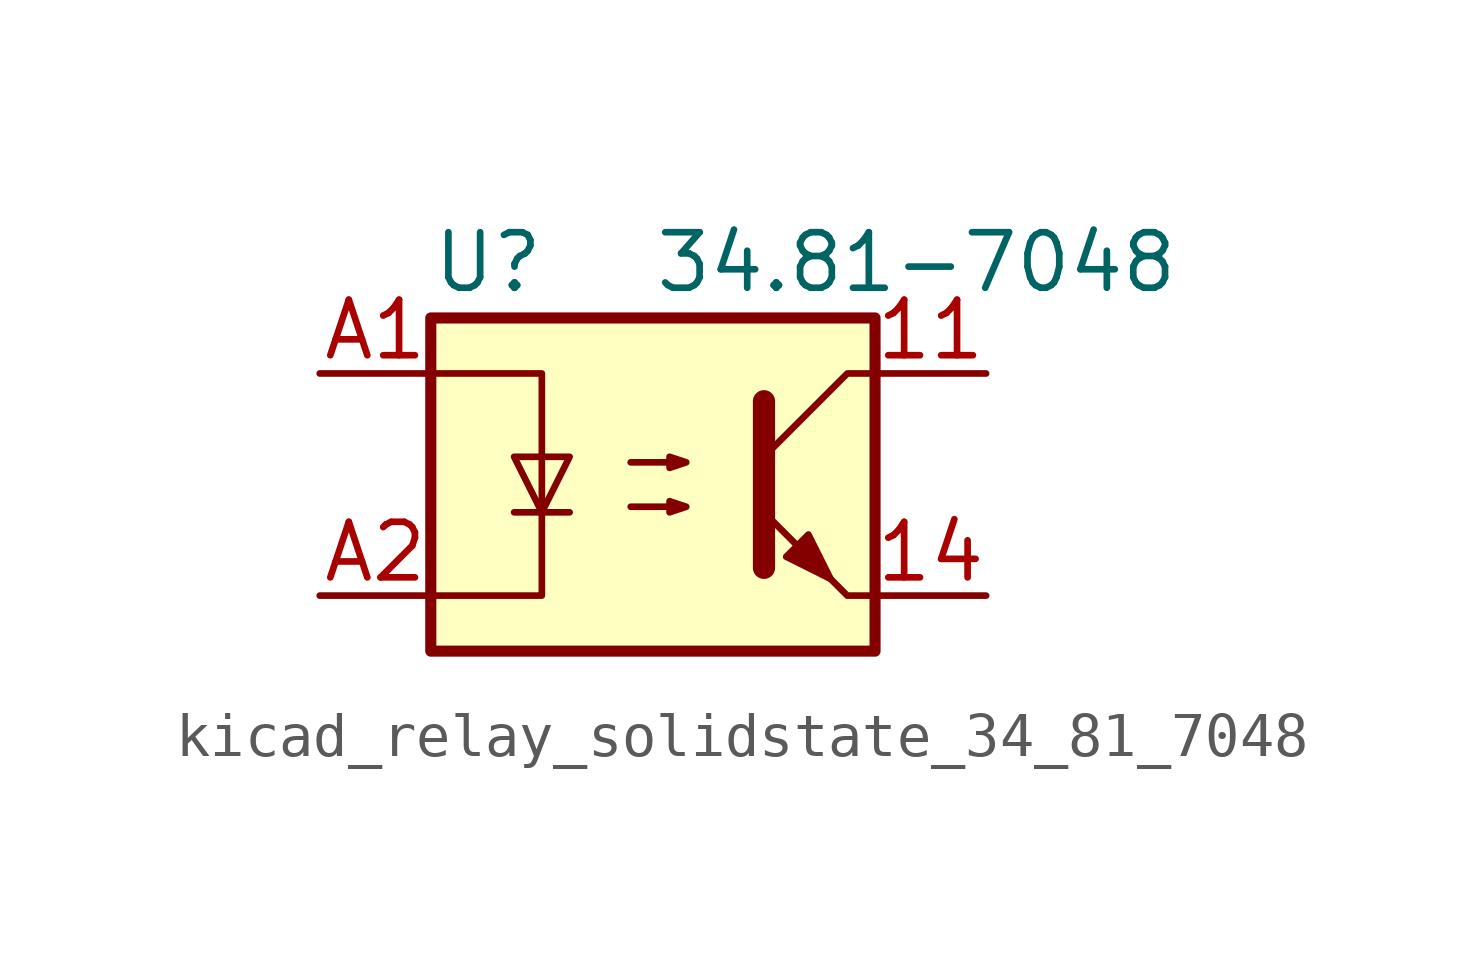
<source format=kicad_sym>
(kicad_symbol_lib
  (version 20220914)
  (generator kicad_symbol_editor)
  (symbol "kicad_relay_solidstate_34_81_7048"
    (property "Reference" "U"
      (at -5.08 5.08 0)
      (effects (font (size 1.27 1.27)) (justify left)))
    (property "Value" "34.81-7048"
      (at 0 5.08 0)
      (effects (font (size 1.27 1.27)) (justify left)))
    (symbol "kicad_relay_solidstate_34_81_7048_0_1"
      (rectangle (start -5.08 3.81) (end 5.08 -3.81) (stroke (width 0.254) (type default)) (fill (type background)))
      (polyline (pts (xy -3.175 -0.635) (xy -1.905 -0.635)) (stroke (width 0) (type default)) (fill (type none)))
      (polyline (pts (xy 2.54 1.905) (xy 2.54 -1.905) (xy 2.54 -1.905)) (stroke (width 0.508) (type default)) (fill (type none)))
      (polyline (pts (xy -5.08 2.54) (xy -2.54 2.54) (xy -2.54 -2.54) (xy -5.08 -2.54)) (stroke (width 0) (type default)) (fill (type none)))
      (polyline (pts (xy -2.54 -0.635) (xy -3.175 0.635) (xy -1.905 0.635) (xy -2.54 -0.635)) (stroke (width 0) (type default)) (fill (type none)))
      (polyline (pts (xy -0.508 -0.508) (xy 0.762 -0.508) (xy 0.381 -0.635) (xy 0.381 -0.381) (xy 0.762 -0.508)) (stroke (width 0) (type default)) (fill (type none)))
      (polyline (pts (xy -0.508 0.508) (xy 0.762 0.508) (xy 0.381 0.381) (xy 0.381 0.635) (xy 0.762 0.508)) (stroke (width 0) (type default)) (fill (type none)))
      (polyline (pts (xy 3.048 -1.651) (xy 3.556 -1.143) (xy 4.064 -2.159) (xy 3.048 -1.651) (xy 3.048 -1.651)) (stroke (width 0) (type default)) (fill (type outline)))
      (polyline (pts (xy 5.08 2.54) (xy 4.445 2.54) (xy 2.54 0.635) (xy 2.54 -0.635) (xy 4.445 -2.54) (xy 5.08 -2.54)) (stroke (width 0) (type default)) (fill (type none))))
    (symbol "kicad_relay_solidstate_34_81_7048_1_1"
      (pin passive line (at 7.62 2.54 180) (length 2.54) (name "~" (effects (font (size 1.27 1.27)))) (number "11" (effects (font (size 1.27 1.27)))))
      (pin passive line (at 7.62 -2.54 180) (length 2.54) (name "~" (effects (font (size 1.27 1.27)))) (number "14" (effects (font (size 1.27 1.27)))))
      (pin passive line (at -7.62 2.54 0) (length 2.54) (name "~" (effects (font (size 1.27 1.27)))) (number "A1" (effects (font (size 1.27 1.27)))))
      (pin passive line (at -7.62 -2.54 0) (length 2.54) (name "~" (effects (font (size 1.27 1.27)))) (number "A2" (effects (font (size 1.27 1.27))))))))
</source>
